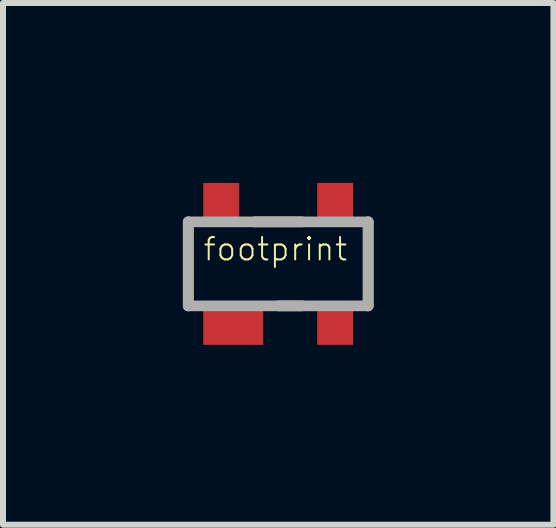
<source format=kicad_pcb>
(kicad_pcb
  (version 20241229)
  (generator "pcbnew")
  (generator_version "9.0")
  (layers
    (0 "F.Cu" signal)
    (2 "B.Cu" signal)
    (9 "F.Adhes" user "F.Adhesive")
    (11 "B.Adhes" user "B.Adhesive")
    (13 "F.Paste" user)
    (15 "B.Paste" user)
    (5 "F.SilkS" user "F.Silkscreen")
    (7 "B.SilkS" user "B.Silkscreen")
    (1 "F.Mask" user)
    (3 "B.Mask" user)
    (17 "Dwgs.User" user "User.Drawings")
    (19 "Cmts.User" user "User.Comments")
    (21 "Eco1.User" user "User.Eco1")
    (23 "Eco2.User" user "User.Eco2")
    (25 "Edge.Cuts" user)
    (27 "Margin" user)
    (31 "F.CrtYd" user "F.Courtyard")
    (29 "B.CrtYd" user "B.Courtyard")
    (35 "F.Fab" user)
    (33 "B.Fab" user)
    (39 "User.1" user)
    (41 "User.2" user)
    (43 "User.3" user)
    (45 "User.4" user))
  (footprint "footprint"
    (layer "F.Cu")
    (at 1.589 1.35)
    (property "Reference" "footprint" (at -1.27 -0.027 0) (layer "F.SilkS") (effects (font (size 0.374 0.374) (thickness 0.033)) (justify left bottom)))
    (fp_line (start -1.5 -0.7) (end -1.5 0.7) (stroke (width 0.178) (type solid)) (layer "F.SilkS"))
    (fp_line (start 0.4 -0.7) (end -0.4 -0.7) (stroke (width 0.178) (type solid)) (layer "F.SilkS"))
    (fp_line (start 0.4 0.7) (end 0 0.7) (stroke (width 0.178) (type solid)) (layer "F.SilkS"))
    (fp_line (start 1.5 -0.7) (end 1.5 0.7) (stroke (width 0.178) (type solid)) (layer "F.SilkS"))
    (fp_line (start -1.5 -0.7) (end -1.5 0.7) (stroke (width 0.178) (type solid)) (layer "F.Fab"))
    (fp_line (start -1.5 0.7) (end 1.5 0.7) (stroke (width 0.178) (type solid)) (layer "F.Fab"))
    (fp_line (start 1.5 -0.7) (end -1.5 -0.7) (stroke (width 0.178) (type solid)) (layer "F.Fab"))
    (fp_line (start 1.5 0.7) (end 1.5 -0.7) (stroke (width 0.178) (type solid)) (layer "F.Fab"))
    (pad "1" smd rect (at -0.75 1) (size 1 0.7) (layers "F.Cu" "F.Mask" "F.Paste"))
    (pad "2" smd rect (at 0.95 1) (size 0.6 0.7) (layers "F.Cu" "F.Mask" "F.Paste"))
    (pad "3" smd rect (at 0.95 -1) (size 0.6 0.7) (layers "F.Cu" "F.Mask" "F.Paste"))
    (pad "4" smd rect (at -0.95 -1) (size 0.6 0.7) (layers "F.Cu" "F.Mask" "F.Paste")))
  (gr_rect
    (start -3 -3)
    (end 6.178 5.7)
    (stroke (width 0.1) (type default))
    (fill no)
    (layer "Edge.Cuts")))
</source>
